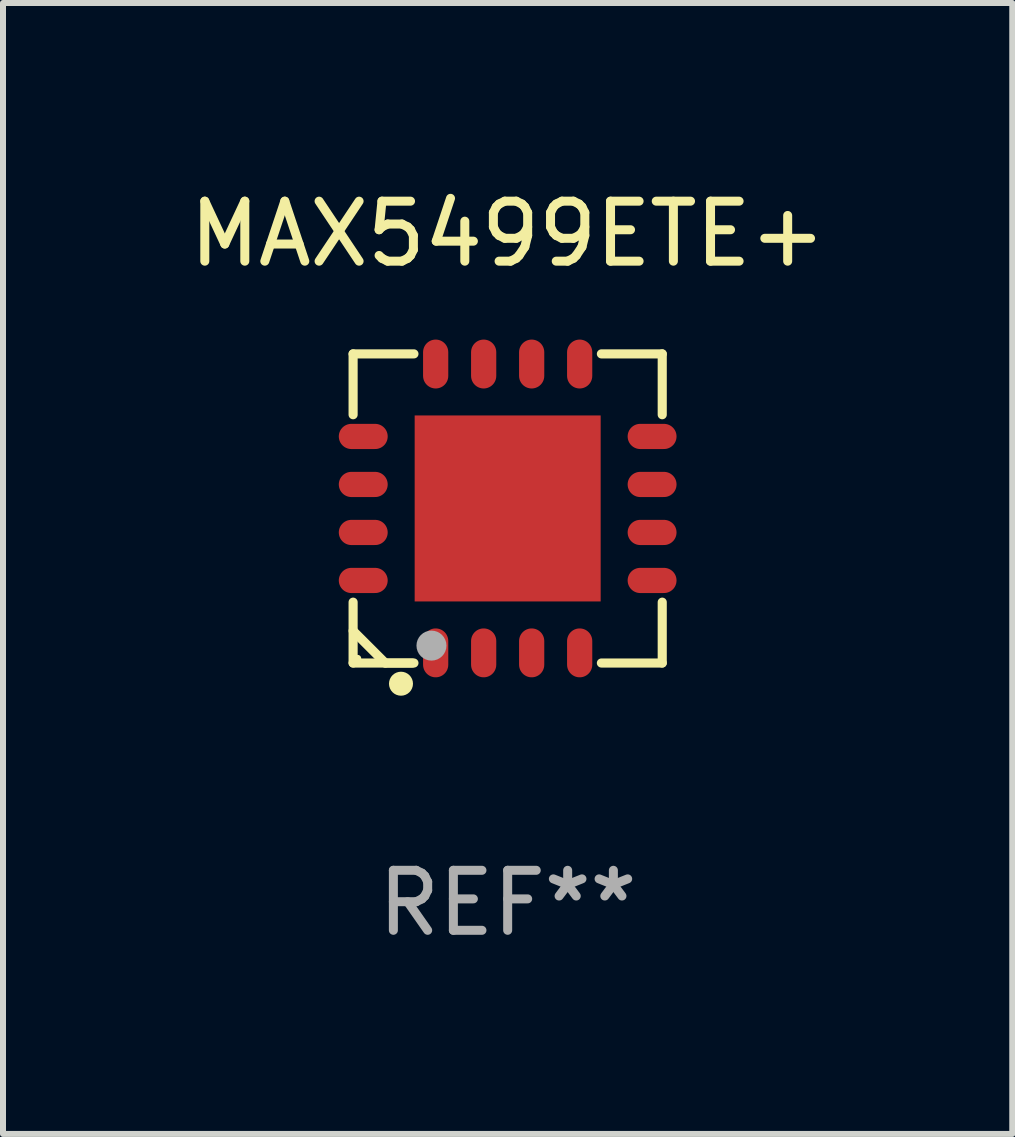
<source format=kicad_pcb>
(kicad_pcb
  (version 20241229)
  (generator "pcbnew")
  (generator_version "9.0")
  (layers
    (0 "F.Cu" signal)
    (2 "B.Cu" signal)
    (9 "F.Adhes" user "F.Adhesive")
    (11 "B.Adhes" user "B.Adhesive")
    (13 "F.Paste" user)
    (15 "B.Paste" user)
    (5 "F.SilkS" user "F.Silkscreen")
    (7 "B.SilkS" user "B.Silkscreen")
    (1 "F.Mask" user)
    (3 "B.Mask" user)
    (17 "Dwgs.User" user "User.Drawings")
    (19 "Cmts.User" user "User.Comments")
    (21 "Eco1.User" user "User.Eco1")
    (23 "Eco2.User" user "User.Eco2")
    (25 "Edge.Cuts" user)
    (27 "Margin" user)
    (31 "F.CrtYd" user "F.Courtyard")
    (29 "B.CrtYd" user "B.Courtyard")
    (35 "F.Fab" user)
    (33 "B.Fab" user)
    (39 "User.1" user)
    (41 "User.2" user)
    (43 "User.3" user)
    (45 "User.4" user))
  (footprint "MAX5499ETE+"
    (layer "F.Cu")
    (at 5.411 5.424)
    (property "Reference" "MAX5499ETE+" (at 0 -4.576 0) (layer "F.SilkS") (effects (font (size 1 1) (thickness 0.15))))
    (attr through_hole)
    (fp_line (start -2.576 -2.576) (end -2.576 -1.562) (stroke (width 0.152) (type solid)) (layer "F.SilkS"))
    (fp_line (start -2.576 2.576) (end -2.576 1.562) (stroke (width 0.152) (type solid)) (layer "F.SilkS"))
    (fp_line (start -2.04 2.576) (end -2.576 2.04) (stroke (width 0.152) (type solid)) (layer "F.SilkS"))
    (fp_line (start -1.59 2.576) (end -2.04 2.576) (stroke (width 0.152) (type solid)) (layer "F.SilkS"))
    (fp_line (start -1.562 -2.576) (end -2.576 -2.576) (stroke (width 0.152) (type solid)) (layer "F.SilkS"))
    (fp_line (start -1.562 2.576) (end -2.576 2.576) (stroke (width 0.152) (type solid)) (layer "F.SilkS"))
    (fp_line (start 1.562 -2.576) (end 2.576 -2.576) (stroke (width 0.152) (type solid)) (layer "F.SilkS"))
    (fp_line (start 1.562 2.576) (end 2.576 2.576) (stroke (width 0.152) (type solid)) (layer "F.SilkS"))
    (fp_line (start 2.576 -2.576) (end 2.576 -1.562) (stroke (width 0.152) (type solid)) (layer "F.SilkS"))
    (fp_line (start 2.576 2.576) (end 2.576 1.562) (stroke (width 0.152) (type solid)) (layer "F.SilkS"))
    (fp_circle (center -2.5 2.5) (end -2.47 2.5) (stroke (width 0.06) (type solid)) (fill no) (layer "F.SilkS"))
    (fp_circle (center -1.778 2.921) (end -1.678 2.921) (stroke (width 0.2) (type solid)) (fill no) (layer "F.SilkS"))
    (fp_circle (center -1.27 2.286) (end -1.145 2.286) (stroke (width 0.25) (type solid)) (fill no) (layer "F.Fab"))
    (fp_text user "REF**" (at 0 6.576 0) (layer "F.Fab") (effects (font (size 1 1) (thickness 0.15))))
    (pad "1" smd oval (at -1.2 2.407) (size 0.42 0.815) (layers "F.Cu" "F.Mask" "F.Paste"))
    (pad "2" smd oval (at -0.4 2.407) (size 0.42 0.815) (layers "F.Cu" "F.Mask" "F.Paste"))
    (pad "3" smd oval (at 0.4 2.407) (size 0.42 0.815) (layers "F.Cu" "F.Mask" "F.Paste"))
    (pad "4" smd oval (at 1.2 2.407) (size 0.42 0.815) (layers "F.Cu" "F.Mask" "F.Paste"))
    (pad "5" smd oval (at 2.407 1.2) (size 0.815 0.42) (layers "F.Cu" "F.Mask" "F.Paste"))
    (pad "6" smd oval (at 2.407 0.4) (size 0.815 0.42) (layers "F.Cu" "F.Mask" "F.Paste"))
    (pad "7" smd oval (at 2.407 -0.4) (size 0.815 0.42) (layers "F.Cu" "F.Mask" "F.Paste"))
    (pad "8" smd oval (at 2.407 -1.2) (size 0.815 0.42) (layers "F.Cu" "F.Mask" "F.Paste"))
    (pad "9" smd oval (at 1.2 -2.407) (size 0.42 0.815) (layers "F.Cu" "F.Mask" "F.Paste"))
    (pad "10" smd oval (at 0.4 -2.407) (size 0.42 0.815) (layers "F.Cu" "F.Mask" "F.Paste"))
    (pad "11" smd oval (at -0.4 -2.407) (size 0.42 0.815) (layers "F.Cu" "F.Mask" "F.Paste"))
    (pad "12" smd oval (at -1.2 -2.407) (size 0.42 0.815) (layers "F.Cu" "F.Mask" "F.Paste"))
    (pad "13" smd oval (at -2.407 -1.2) (size 0.815 0.42) (layers "F.Cu" "F.Mask" "F.Paste"))
    (pad "14" smd oval (at -2.407 -0.4) (size 0.815 0.42) (layers "F.Cu" "F.Mask" "F.Paste"))
    (pad "15" smd oval (at -2.407 0.4) (size 0.815 0.42) (layers "F.Cu" "F.Mask" "F.Paste"))
    (pad "16" smd oval (at -2.407 1.2) (size 0.815 0.42) (layers "F.Cu" "F.Mask" "F.Paste"))
    (pad "17" smd rect (at 0 0) (size 3.1 3.1) (layers "F.Cu" "F.Mask" "F.Paste")))
  (gr_rect
    (start -3 -3)
    (end 13.821 15.849)
    (stroke (width 0.1) (type default))
    (fill no)
    (layer "Edge.Cuts")))
</source>
